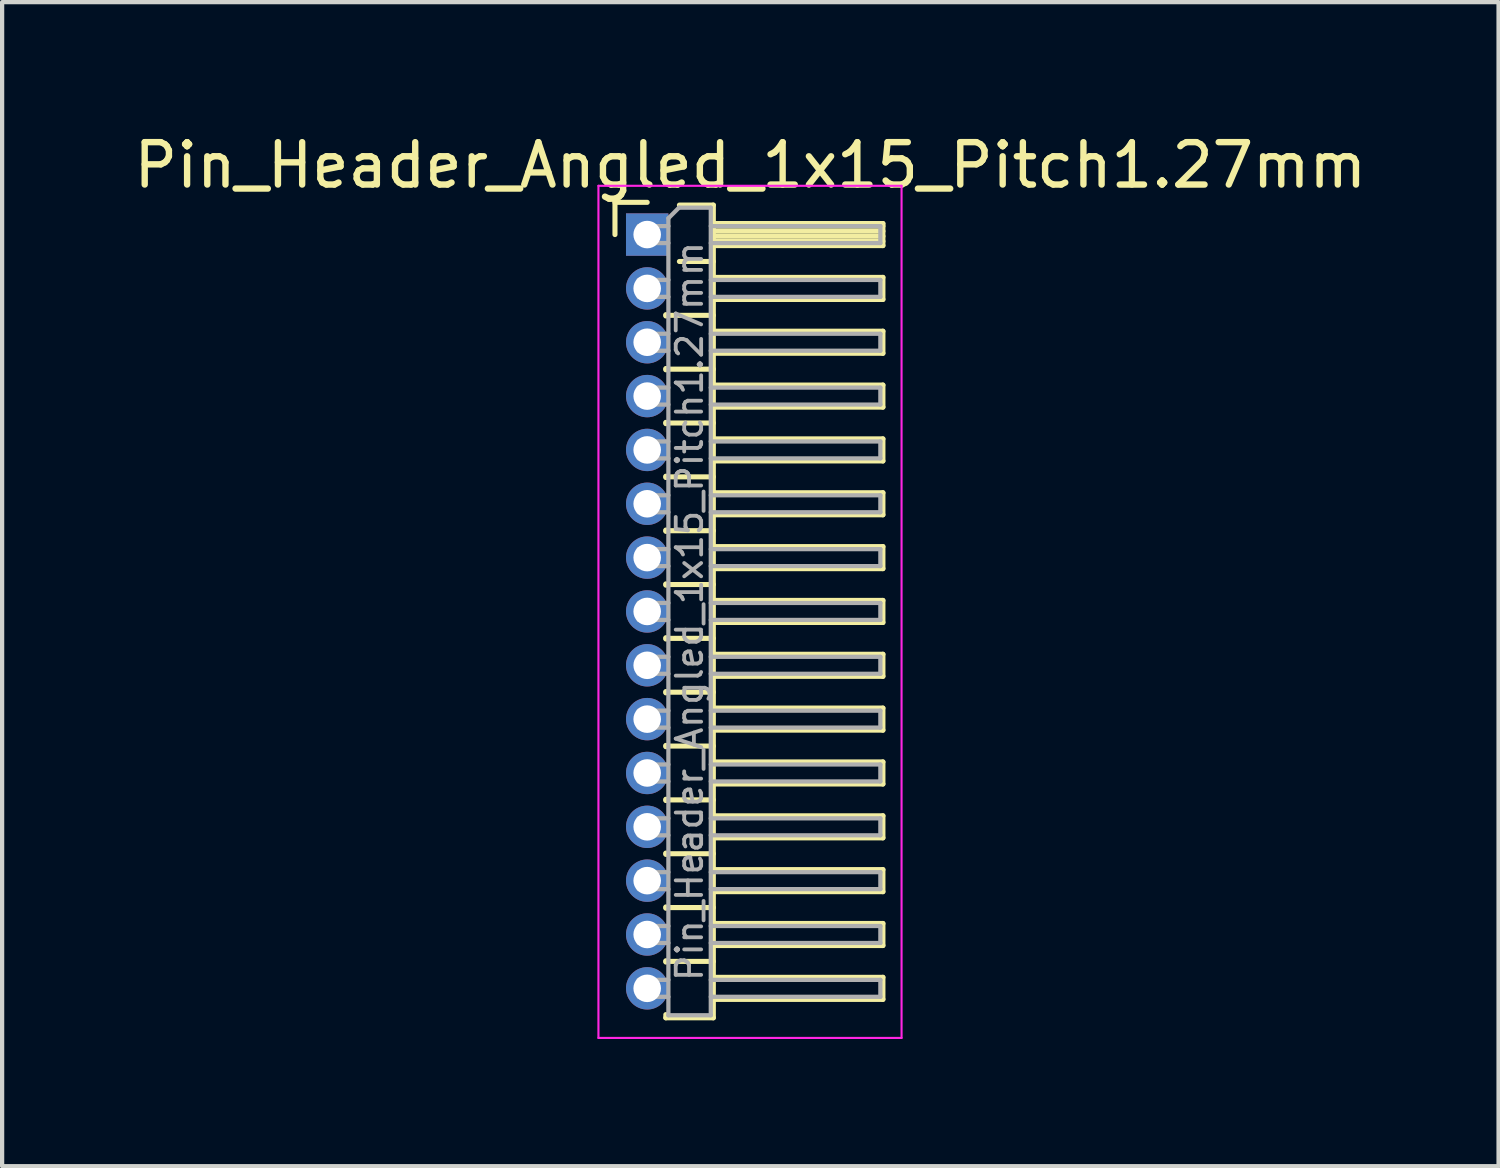
<source format=kicad_pcb>
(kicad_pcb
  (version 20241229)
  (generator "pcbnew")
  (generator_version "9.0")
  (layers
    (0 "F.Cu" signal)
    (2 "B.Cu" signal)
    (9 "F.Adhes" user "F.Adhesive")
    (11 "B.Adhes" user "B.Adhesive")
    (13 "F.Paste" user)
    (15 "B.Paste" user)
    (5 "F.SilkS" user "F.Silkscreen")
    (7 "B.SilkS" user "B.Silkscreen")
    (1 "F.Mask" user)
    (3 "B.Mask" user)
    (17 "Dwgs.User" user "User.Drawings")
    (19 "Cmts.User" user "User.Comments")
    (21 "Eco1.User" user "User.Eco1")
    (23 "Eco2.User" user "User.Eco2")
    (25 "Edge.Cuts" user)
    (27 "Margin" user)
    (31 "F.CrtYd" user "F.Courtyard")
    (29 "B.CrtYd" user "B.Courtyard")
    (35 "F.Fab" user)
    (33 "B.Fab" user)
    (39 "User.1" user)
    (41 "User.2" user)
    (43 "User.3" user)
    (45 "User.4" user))
  (footprint "Pin_Header_Angled_1x15_Pitch1.27mm"
    (layer "F.Cu")
    (at 12.216 2.483)
    (property "Reference" "Pin_Header_Angled_1x15_Pitch1.27mm" (at 2.433 -1.635 0) (layer "F.SilkS") (effects (font (size 1 1) (thickness 0.15))))
    (attr through_hole)
    (fp_line (start -0.76 -0.76) (end 0 -0.76) (stroke (width 0.12) (type solid)) (layer "F.SilkS"))
    (fp_line (start -0.76 0) (end -0.76 -0.76) (stroke (width 0.12) (type solid)) (layer "F.SilkS"))
    (fp_line (start 0.44 1.89) (end 0.44 1.92) (stroke (width 0.12) (type solid)) (layer "F.SilkS"))
    (fp_line (start 0.44 1.905) (end 1.56 1.905) (stroke (width 0.12) (type solid)) (layer "F.SilkS"))
    (fp_line (start 0.44 3.16) (end 0.44 3.19) (stroke (width 0.12) (type solid)) (layer "F.SilkS"))
    (fp_line (start 0.44 3.175) (end 1.56 3.175) (stroke (width 0.12) (type solid)) (layer "F.SilkS"))
    (fp_line (start 0.44 4.43) (end 0.44 4.46) (stroke (width 0.12) (type solid)) (layer "F.SilkS"))
    (fp_line (start 0.44 4.445) (end 1.56 4.445) (stroke (width 0.12) (type solid)) (layer "F.SilkS"))
    (fp_line (start 0.44 5.7) (end 0.44 5.73) (stroke (width 0.12) (type solid)) (layer "F.SilkS"))
    (fp_line (start 0.44 5.715) (end 1.56 5.715) (stroke (width 0.12) (type solid)) (layer "F.SilkS"))
    (fp_line (start 0.44 6.97) (end 0.44 7) (stroke (width 0.12) (type solid)) (layer "F.SilkS"))
    (fp_line (start 0.44 6.985) (end 1.56 6.985) (stroke (width 0.12) (type solid)) (layer "F.SilkS"))
    (fp_line (start 0.44 8.24) (end 0.44 8.27) (stroke (width 0.12) (type solid)) (layer "F.SilkS"))
    (fp_line (start 0.44 8.255) (end 1.56 8.255) (stroke (width 0.12) (type solid)) (layer "F.SilkS"))
    (fp_line (start 0.44 9.51) (end 0.44 9.54) (stroke (width 0.12) (type solid)) (layer "F.SilkS"))
    (fp_line (start 0.44 9.525) (end 1.56 9.525) (stroke (width 0.12) (type solid)) (layer "F.SilkS"))
    (fp_line (start 0.44 10.78) (end 0.44 10.81) (stroke (width 0.12) (type solid)) (layer "F.SilkS"))
    (fp_line (start 0.44 10.795) (end 1.56 10.795) (stroke (width 0.12) (type solid)) (layer "F.SilkS"))
    (fp_line (start 0.44 12.05) (end 0.44 12.08) (stroke (width 0.12) (type solid)) (layer "F.SilkS"))
    (fp_line (start 0.44 12.065) (end 1.56 12.065) (stroke (width 0.12) (type solid)) (layer "F.SilkS"))
    (fp_line (start 0.44 13.32) (end 0.44 13.35) (stroke (width 0.12) (type solid)) (layer "F.SilkS"))
    (fp_line (start 0.44 13.335) (end 1.56 13.335) (stroke (width 0.12) (type solid)) (layer "F.SilkS"))
    (fp_line (start 0.44 14.59) (end 0.44 14.62) (stroke (width 0.12) (type solid)) (layer "F.SilkS"))
    (fp_line (start 0.44 14.605) (end 1.56 14.605) (stroke (width 0.12) (type solid)) (layer "F.SilkS"))
    (fp_line (start 0.44 15.86) (end 0.44 15.89) (stroke (width 0.12) (type solid)) (layer "F.SilkS"))
    (fp_line (start 0.44 15.875) (end 1.56 15.875) (stroke (width 0.12) (type solid)) (layer "F.SilkS"))
    (fp_line (start 0.44 17.13) (end 0.44 17.16) (stroke (width 0.12) (type solid)) (layer "F.SilkS"))
    (fp_line (start 0.44 17.145) (end 1.56 17.145) (stroke (width 0.12) (type solid)) (layer "F.SilkS"))
    (fp_line (start 0.44 18.475) (end 0.44 18.4) (stroke (width 0.12) (type solid)) (layer "F.SilkS"))
    (fp_line (start 0.76 -0.695) (end 1.56 -0.695) (stroke (width 0.12) (type solid)) (layer "F.SilkS"))
    (fp_line (start 0.76 0.635) (end 1.56 0.635) (stroke (width 0.12) (type solid)) (layer "F.SilkS"))
    (fp_line (start 1.56 -0.695) (end 1.56 18.475) (stroke (width 0.12) (type solid)) (layer "F.SilkS"))
    (fp_line (start 1.56 -0.26) (end 5.56 -0.26) (stroke (width 0.12) (type solid)) (layer "F.SilkS"))
    (fp_line (start 1.56 -0.2) (end 5.56 -0.2) (stroke (width 0.12) (type solid)) (layer "F.SilkS"))
    (fp_line (start 1.56 -0.08) (end 5.56 -0.08) (stroke (width 0.12) (type solid)) (layer "F.SilkS"))
    (fp_line (start 1.56 0.04) (end 5.56 0.04) (stroke (width 0.12) (type solid)) (layer "F.SilkS"))
    (fp_line (start 1.56 0.16) (end 5.56 0.16) (stroke (width 0.12) (type solid)) (layer "F.SilkS"))
    (fp_line (start 1.56 1.01) (end 5.56 1.01) (stroke (width 0.12) (type solid)) (layer "F.SilkS"))
    (fp_line (start 1.56 2.28) (end 5.56 2.28) (stroke (width 0.12) (type solid)) (layer "F.SilkS"))
    (fp_line (start 1.56 3.55) (end 5.56 3.55) (stroke (width 0.12) (type solid)) (layer "F.SilkS"))
    (fp_line (start 1.56 4.82) (end 5.56 4.82) (stroke (width 0.12) (type solid)) (layer "F.SilkS"))
    (fp_line (start 1.56 6.09) (end 5.56 6.09) (stroke (width 0.12) (type solid)) (layer "F.SilkS"))
    (fp_line (start 1.56 7.36) (end 5.56 7.36) (stroke (width 0.12) (type solid)) (layer "F.SilkS"))
    (fp_line (start 1.56 8.63) (end 5.56 8.63) (stroke (width 0.12) (type solid)) (layer "F.SilkS"))
    (fp_line (start 1.56 9.9) (end 5.56 9.9) (stroke (width 0.12) (type solid)) (layer "F.SilkS"))
    (fp_line (start 1.56 11.17) (end 5.56 11.17) (stroke (width 0.12) (type solid)) (layer "F.SilkS"))
    (fp_line (start 1.56 12.44) (end 5.56 12.44) (stroke (width 0.12) (type solid)) (layer "F.SilkS"))
    (fp_line (start 1.56 13.71) (end 5.56 13.71) (stroke (width 0.12) (type solid)) (layer "F.SilkS"))
    (fp_line (start 1.56 14.98) (end 5.56 14.98) (stroke (width 0.12) (type solid)) (layer "F.SilkS"))
    (fp_line (start 1.56 16.25) (end 5.56 16.25) (stroke (width 0.12) (type solid)) (layer "F.SilkS"))
    (fp_line (start 1.56 17.52) (end 5.56 17.52) (stroke (width 0.12) (type solid)) (layer "F.SilkS"))
    (fp_line (start 1.56 18.475) (end 0.44 18.475) (stroke (width 0.12) (type solid)) (layer "F.SilkS"))
    (fp_line (start 5.56 -0.26) (end 5.56 0.26) (stroke (width 0.12) (type solid)) (layer "F.SilkS"))
    (fp_line (start 5.56 0.26) (end 1.56 0.26) (stroke (width 0.12) (type solid)) (layer "F.SilkS"))
    (fp_line (start 5.56 1.01) (end 5.56 1.53) (stroke (width 0.12) (type solid)) (layer "F.SilkS"))
    (fp_line (start 5.56 1.53) (end 1.56 1.53) (stroke (width 0.12) (type solid)) (layer "F.SilkS"))
    (fp_line (start 5.56 2.28) (end 5.56 2.8) (stroke (width 0.12) (type solid)) (layer "F.SilkS"))
    (fp_line (start 5.56 2.8) (end 1.56 2.8) (stroke (width 0.12) (type solid)) (layer "F.SilkS"))
    (fp_line (start 5.56 3.55) (end 5.56 4.07) (stroke (width 0.12) (type solid)) (layer "F.SilkS"))
    (fp_line (start 5.56 4.07) (end 1.56 4.07) (stroke (width 0.12) (type solid)) (layer "F.SilkS"))
    (fp_line (start 5.56 4.82) (end 5.56 5.34) (stroke (width 0.12) (type solid)) (layer "F.SilkS"))
    (fp_line (start 5.56 5.34) (end 1.56 5.34) (stroke (width 0.12) (type solid)) (layer "F.SilkS"))
    (fp_line (start 5.56 6.09) (end 5.56 6.61) (stroke (width 0.12) (type solid)) (layer "F.SilkS"))
    (fp_line (start 5.56 6.61) (end 1.56 6.61) (stroke (width 0.12) (type solid)) (layer "F.SilkS"))
    (fp_line (start 5.56 7.36) (end 5.56 7.88) (stroke (width 0.12) (type solid)) (layer "F.SilkS"))
    (fp_line (start 5.56 7.88) (end 1.56 7.88) (stroke (width 0.12) (type solid)) (layer "F.SilkS"))
    (fp_line (start 5.56 8.63) (end 5.56 9.15) (stroke (width 0.12) (type solid)) (layer "F.SilkS"))
    (fp_line (start 5.56 9.15) (end 1.56 9.15) (stroke (width 0.12) (type solid)) (layer "F.SilkS"))
    (fp_line (start 5.56 9.9) (end 5.56 10.42) (stroke (width 0.12) (type solid)) (layer "F.SilkS"))
    (fp_line (start 5.56 10.42) (end 1.56 10.42) (stroke (width 0.12) (type solid)) (layer "F.SilkS"))
    (fp_line (start 5.56 11.17) (end 5.56 11.69) (stroke (width 0.12) (type solid)) (layer "F.SilkS"))
    (fp_line (start 5.56 11.69) (end 1.56 11.69) (stroke (width 0.12) (type solid)) (layer "F.SilkS"))
    (fp_line (start 5.56 12.44) (end 5.56 12.96) (stroke (width 0.12) (type solid)) (layer "F.SilkS"))
    (fp_line (start 5.56 12.96) (end 1.56 12.96) (stroke (width 0.12) (type solid)) (layer "F.SilkS"))
    (fp_line (start 5.56 13.71) (end 5.56 14.23) (stroke (width 0.12) (type solid)) (layer "F.SilkS"))
    (fp_line (start 5.56 14.23) (end 1.56 14.23) (stroke (width 0.12) (type solid)) (layer "F.SilkS"))
    (fp_line (start 5.56 14.98) (end 5.56 15.5) (stroke (width 0.12) (type solid)) (layer "F.SilkS"))
    (fp_line (start 5.56 15.5) (end 1.56 15.5) (stroke (width 0.12) (type solid)) (layer "F.SilkS"))
    (fp_line (start 5.56 16.25) (end 5.56 16.77) (stroke (width 0.12) (type solid)) (layer "F.SilkS"))
    (fp_line (start 5.56 16.77) (end 1.56 16.77) (stroke (width 0.12) (type solid)) (layer "F.SilkS"))
    (fp_line (start 5.56 17.52) (end 5.56 18.04) (stroke (width 0.12) (type solid)) (layer "F.SilkS"))
    (fp_line (start 5.56 18.04) (end 1.56 18.04) (stroke (width 0.12) (type solid)) (layer "F.SilkS"))
    (fp_line (start -1.15 -1.15) (end -1.15 18.95) (stroke (width 0.05) (type solid)) (layer "F.CrtYd"))
    (fp_line (start -1.15 18.95) (end 6 18.95) (stroke (width 0.05) (type solid)) (layer "F.CrtYd"))
    (fp_line (start 6 -1.15) (end -1.15 -1.15) (stroke (width 0.05) (type solid)) (layer "F.CrtYd"))
    (fp_line (start 6 18.95) (end 6 -1.15) (stroke (width 0.05) (type solid)) (layer "F.CrtYd"))
    (fp_line (start -0.2 -0.2) (end -0.2 0.2) (stroke (width 0.1) (type solid)) (layer "F.Fab"))
    (fp_line (start -0.2 -0.2) (end 0.5 -0.2) (stroke (width 0.1) (type solid)) (layer "F.Fab"))
    (fp_line (start -0.2 0.2) (end 0.5 0.2) (stroke (width 0.1) (type solid)) (layer "F.Fab"))
    (fp_line (start -0.2 1.07) (end -0.2 1.47) (stroke (width 0.1) (type solid)) (layer "F.Fab"))
    (fp_line (start -0.2 1.07) (end 0.5 1.07) (stroke (width 0.1) (type solid)) (layer "F.Fab"))
    (fp_line (start -0.2 1.47) (end 0.5 1.47) (stroke (width 0.1) (type solid)) (layer "F.Fab"))
    (fp_line (start -0.2 2.34) (end -0.2 2.74) (stroke (width 0.1) (type solid)) (layer "F.Fab"))
    (fp_line (start -0.2 2.34) (end 0.5 2.34) (stroke (width 0.1) (type solid)) (layer "F.Fab"))
    (fp_line (start -0.2 2.74) (end 0.5 2.74) (stroke (width 0.1) (type solid)) (layer "F.Fab"))
    (fp_line (start -0.2 3.61) (end -0.2 4.01) (stroke (width 0.1) (type solid)) (layer "F.Fab"))
    (fp_line (start -0.2 3.61) (end 0.5 3.61) (stroke (width 0.1) (type solid)) (layer "F.Fab"))
    (fp_line (start -0.2 4.01) (end 0.5 4.01) (stroke (width 0.1) (type solid)) (layer "F.Fab"))
    (fp_line (start -0.2 4.88) (end -0.2 5.28) (stroke (width 0.1) (type solid)) (layer "F.Fab"))
    (fp_line (start -0.2 4.88) (end 0.5 4.88) (stroke (width 0.1) (type solid)) (layer "F.Fab"))
    (fp_line (start -0.2 5.28) (end 0.5 5.28) (stroke (width 0.1) (type solid)) (layer "F.Fab"))
    (fp_line (start -0.2 6.15) (end -0.2 6.55) (stroke (width 0.1) (type solid)) (layer "F.Fab"))
    (fp_line (start -0.2 6.15) (end 0.5 6.15) (stroke (width 0.1) (type solid)) (layer "F.Fab"))
    (fp_line (start -0.2 6.55) (end 0.5 6.55) (stroke (width 0.1) (type solid)) (layer "F.Fab"))
    (fp_line (start -0.2 7.42) (end -0.2 7.82) (stroke (width 0.1) (type solid)) (layer "F.Fab"))
    (fp_line (start -0.2 7.42) (end 0.5 7.42) (stroke (width 0.1) (type solid)) (layer "F.Fab"))
    (fp_line (start -0.2 7.82) (end 0.5 7.82) (stroke (width 0.1) (type solid)) (layer "F.Fab"))
    (fp_line (start -0.2 8.69) (end -0.2 9.09) (stroke (width 0.1) (type solid)) (layer "F.Fab"))
    (fp_line (start -0.2 8.69) (end 0.5 8.69) (stroke (width 0.1) (type solid)) (layer "F.Fab"))
    (fp_line (start -0.2 9.09) (end 0.5 9.09) (stroke (width 0.1) (type solid)) (layer "F.Fab"))
    (fp_line (start -0.2 9.96) (end -0.2 10.36) (stroke (width 0.1) (type solid)) (layer "F.Fab"))
    (fp_line (start -0.2 9.96) (end 0.5 9.96) (stroke (width 0.1) (type solid)) (layer "F.Fab"))
    (fp_line (start -0.2 10.36) (end 0.5 10.36) (stroke (width 0.1) (type solid)) (layer "F.Fab"))
    (fp_line (start -0.2 11.23) (end -0.2 11.63) (stroke (width 0.1) (type solid)) (layer "F.Fab"))
    (fp_line (start -0.2 11.23) (end 0.5 11.23) (stroke (width 0.1) (type solid)) (layer "F.Fab"))
    (fp_line (start -0.2 11.63) (end 0.5 11.63) (stroke (width 0.1) (type solid)) (layer "F.Fab"))
    (fp_line (start -0.2 12.5) (end -0.2 12.9) (stroke (width 0.1) (type solid)) (layer "F.Fab"))
    (fp_line (start -0.2 12.5) (end 0.5 12.5) (stroke (width 0.1) (type solid)) (layer "F.Fab"))
    (fp_line (start -0.2 12.9) (end 0.5 12.9) (stroke (width 0.1) (type solid)) (layer "F.Fab"))
    (fp_line (start -0.2 13.77) (end -0.2 14.17) (stroke (width 0.1) (type solid)) (layer "F.Fab"))
    (fp_line (start -0.2 13.77) (end 0.5 13.77) (stroke (width 0.1) (type solid)) (layer "F.Fab"))
    (fp_line (start -0.2 14.17) (end 0.5 14.17) (stroke (width 0.1) (type solid)) (layer "F.Fab"))
    (fp_line (start -0.2 15.04) (end -0.2 15.44) (stroke (width 0.1) (type solid)) (layer "F.Fab"))
    (fp_line (start -0.2 15.04) (end 0.5 15.04) (stroke (width 0.1) (type solid)) (layer "F.Fab"))
    (fp_line (start -0.2 15.44) (end 0.5 15.44) (stroke (width 0.1) (type solid)) (layer "F.Fab"))
    (fp_line (start -0.2 16.31) (end -0.2 16.71) (stroke (width 0.1) (type solid)) (layer "F.Fab"))
    (fp_line (start -0.2 16.31) (end 0.5 16.31) (stroke (width 0.1) (type solid)) (layer "F.Fab"))
    (fp_line (start -0.2 16.71) (end 0.5 16.71) (stroke (width 0.1) (type solid)) (layer "F.Fab"))
    (fp_line (start -0.2 17.58) (end -0.2 17.98) (stroke (width 0.1) (type solid)) (layer "F.Fab"))
    (fp_line (start -0.2 17.58) (end 0.5 17.58) (stroke (width 0.1) (type solid)) (layer "F.Fab"))
    (fp_line (start -0.2 17.98) (end 0.5 17.98) (stroke (width 0.1) (type solid)) (layer "F.Fab"))
    (fp_line (start 0.5 -0.385) (end 0.75 -0.635) (stroke (width 0.1) (type solid)) (layer "F.Fab"))
    (fp_line (start 0.5 18.415) (end 0.5 -0.385) (stroke (width 0.1) (type solid)) (layer "F.Fab"))
    (fp_line (start 0.75 -0.635) (end 1.5 -0.635) (stroke (width 0.1) (type solid)) (layer "F.Fab"))
    (fp_line (start 1.5 -0.635) (end 1.5 18.415) (stroke (width 0.1) (type solid)) (layer "F.Fab"))
    (fp_line (start 1.5 -0.2) (end 5.5 -0.2) (stroke (width 0.1) (type solid)) (layer "F.Fab"))
    (fp_line (start 1.5 0.2) (end 5.5 0.2) (stroke (width 0.1) (type solid)) (layer "F.Fab"))
    (fp_line (start 1.5 1.07) (end 5.5 1.07) (stroke (width 0.1) (type solid)) (layer "F.Fab"))
    (fp_line (start 1.5 1.47) (end 5.5 1.47) (stroke (width 0.1) (type solid)) (layer "F.Fab"))
    (fp_line (start 1.5 2.34) (end 5.5 2.34) (stroke (width 0.1) (type solid)) (layer "F.Fab"))
    (fp_line (start 1.5 2.74) (end 5.5 2.74) (stroke (width 0.1) (type solid)) (layer "F.Fab"))
    (fp_line (start 1.5 3.61) (end 5.5 3.61) (stroke (width 0.1) (type solid)) (layer "F.Fab"))
    (fp_line (start 1.5 4.01) (end 5.5 4.01) (stroke (width 0.1) (type solid)) (layer "F.Fab"))
    (fp_line (start 1.5 4.88) (end 5.5 4.88) (stroke (width 0.1) (type solid)) (layer "F.Fab"))
    (fp_line (start 1.5 5.28) (end 5.5 5.28) (stroke (width 0.1) (type solid)) (layer "F.Fab"))
    (fp_line (start 1.5 6.15) (end 5.5 6.15) (stroke (width 0.1) (type solid)) (layer "F.Fab"))
    (fp_line (start 1.5 6.55) (end 5.5 6.55) (stroke (width 0.1) (type solid)) (layer "F.Fab"))
    (fp_line (start 1.5 7.42) (end 5.5 7.42) (stroke (width 0.1) (type solid)) (layer "F.Fab"))
    (fp_line (start 1.5 7.82) (end 5.5 7.82) (stroke (width 0.1) (type solid)) (layer "F.Fab"))
    (fp_line (start 1.5 8.69) (end 5.5 8.69) (stroke (width 0.1) (type solid)) (layer "F.Fab"))
    (fp_line (start 1.5 9.09) (end 5.5 9.09) (stroke (width 0.1) (type solid)) (layer "F.Fab"))
    (fp_line (start 1.5 9.96) (end 5.5 9.96) (stroke (width 0.1) (type solid)) (layer "F.Fab"))
    (fp_line (start 1.5 10.36) (end 5.5 10.36) (stroke (width 0.1) (type solid)) (layer "F.Fab"))
    (fp_line (start 1.5 11.23) (end 5.5 11.23) (stroke (width 0.1) (type solid)) (layer "F.Fab"))
    (fp_line (start 1.5 11.63) (end 5.5 11.63) (stroke (width 0.1) (type solid)) (layer "F.Fab"))
    (fp_line (start 1.5 12.5) (end 5.5 12.5) (stroke (width 0.1) (type solid)) (layer "F.Fab"))
    (fp_line (start 1.5 12.9) (end 5.5 12.9) (stroke (width 0.1) (type solid)) (layer "F.Fab"))
    (fp_line (start 1.5 13.77) (end 5.5 13.77) (stroke (width 0.1) (type solid)) (layer "F.Fab"))
    (fp_line (start 1.5 14.17) (end 5.5 14.17) (stroke (width 0.1) (type solid)) (layer "F.Fab"))
    (fp_line (start 1.5 15.04) (end 5.5 15.04) (stroke (width 0.1) (type solid)) (layer "F.Fab"))
    (fp_line (start 1.5 15.44) (end 5.5 15.44) (stroke (width 0.1) (type solid)) (layer "F.Fab"))
    (fp_line (start 1.5 16.31) (end 5.5 16.31) (stroke (width 0.1) (type solid)) (layer "F.Fab"))
    (fp_line (start 1.5 16.71) (end 5.5 16.71) (stroke (width 0.1) (type solid)) (layer "F.Fab"))
    (fp_line (start 1.5 17.58) (end 5.5 17.58) (stroke (width 0.1) (type solid)) (layer "F.Fab"))
    (fp_line (start 1.5 17.98) (end 5.5 17.98) (stroke (width 0.1) (type solid)) (layer "F.Fab"))
    (fp_line (start 1.5 18.415) (end 0.5 18.415) (stroke (width 0.1) (type solid)) (layer "F.Fab"))
    (fp_line (start 5.5 -0.2) (end 5.5 0.2) (stroke (width 0.1) (type solid)) (layer "F.Fab"))
    (fp_line (start 5.5 1.07) (end 5.5 1.47) (stroke (width 0.1) (type solid)) (layer "F.Fab"))
    (fp_line (start 5.5 2.34) (end 5.5 2.74) (stroke (width 0.1) (type solid)) (layer "F.Fab"))
    (fp_line (start 5.5 3.61) (end 5.5 4.01) (stroke (width 0.1) (type solid)) (layer "F.Fab"))
    (fp_line (start 5.5 4.88) (end 5.5 5.28) (stroke (width 0.1) (type solid)) (layer "F.Fab"))
    (fp_line (start 5.5 6.15) (end 5.5 6.55) (stroke (width 0.1) (type solid)) (layer "F.Fab"))
    (fp_line (start 5.5 7.42) (end 5.5 7.82) (stroke (width 0.1) (type solid)) (layer "F.Fab"))
    (fp_line (start 5.5 8.69) (end 5.5 9.09) (stroke (width 0.1) (type solid)) (layer "F.Fab"))
    (fp_line (start 5.5 9.96) (end 5.5 10.36) (stroke (width 0.1) (type solid)) (layer "F.Fab"))
    (fp_line (start 5.5 11.23) (end 5.5 11.63) (stroke (width 0.1) (type solid)) (layer "F.Fab"))
    (fp_line (start 5.5 12.5) (end 5.5 12.9) (stroke (width 0.1) (type solid)) (layer "F.Fab"))
    (fp_line (start 5.5 13.77) (end 5.5 14.17) (stroke (width 0.1) (type solid)) (layer "F.Fab"))
    (fp_line (start 5.5 15.04) (end 5.5 15.44) (stroke (width 0.1) (type solid)) (layer "F.Fab"))
    (fp_line (start 5.5 16.31) (end 5.5 16.71) (stroke (width 0.1) (type solid)) (layer "F.Fab"))
    (fp_line (start 5.5 17.58) (end 5.5 17.98) (stroke (width 0.1) (type solid)) (layer "F.Fab"))
    (fp_text user "${REFERENCE}" (at 1 8.89 90) (layer "F.Fab") (effects (font (size 0.6 0.6) (thickness 0.09))))
    (pad "1" thru_hole rect (at 0 0) (size 1 1) (drill 0.65) (layers "*.Cu" "*.Mask"))
    (pad "2" thru_hole oval (at 0 1.27) (size 1 1) (drill 0.65) (layers "*.Cu" "*.Mask"))
    (pad "3" thru_hole oval (at 0 2.54) (size 1 1) (drill 0.65) (layers "*.Cu" "*.Mask"))
    (pad "4" thru_hole oval (at 0 3.81) (size 1 1) (drill 0.65) (layers "*.Cu" "*.Mask"))
    (pad "5" thru_hole oval (at 0 5.08) (size 1 1) (drill 0.65) (layers "*.Cu" "*.Mask"))
    (pad "6" thru_hole oval (at 0 6.35) (size 1 1) (drill 0.65) (layers "*.Cu" "*.Mask"))
    (pad "7" thru_hole oval (at 0 7.62) (size 1 1) (drill 0.65) (layers "*.Cu" "*.Mask"))
    (pad "8" thru_hole oval (at 0 8.89) (size 1 1) (drill 0.65) (layers "*.Cu" "*.Mask"))
    (pad "9" thru_hole oval (at 0 10.16) (size 1 1) (drill 0.65) (layers "*.Cu" "*.Mask"))
    (pad "10" thru_hole oval (at 0 11.43) (size 1 1) (drill 0.65) (layers "*.Cu" "*.Mask"))
    (pad "11" thru_hole oval (at 0 12.7) (size 1 1) (drill 0.65) (layers "*.Cu" "*.Mask"))
    (pad "12" thru_hole oval (at 0 13.97) (size 1 1) (drill 0.65) (layers "*.Cu" "*.Mask"))
    (pad "13" thru_hole oval (at 0 15.24) (size 1 1) (drill 0.65) (layers "*.Cu" "*.Mask"))
    (pad "14" thru_hole oval (at 0 16.51) (size 1 1) (drill 0.65) (layers "*.Cu" "*.Mask"))
    (pad "15" thru_hole oval (at 0 17.78) (size 1 1) (drill 0.65) (layers "*.Cu" "*.Mask")))
  (gr_rect
    (start -3 -3)
    (end 32.298 24.458)
    (stroke (width 0.1) (type default))
    (fill no)
    (layer "Edge.Cuts")))
</source>
